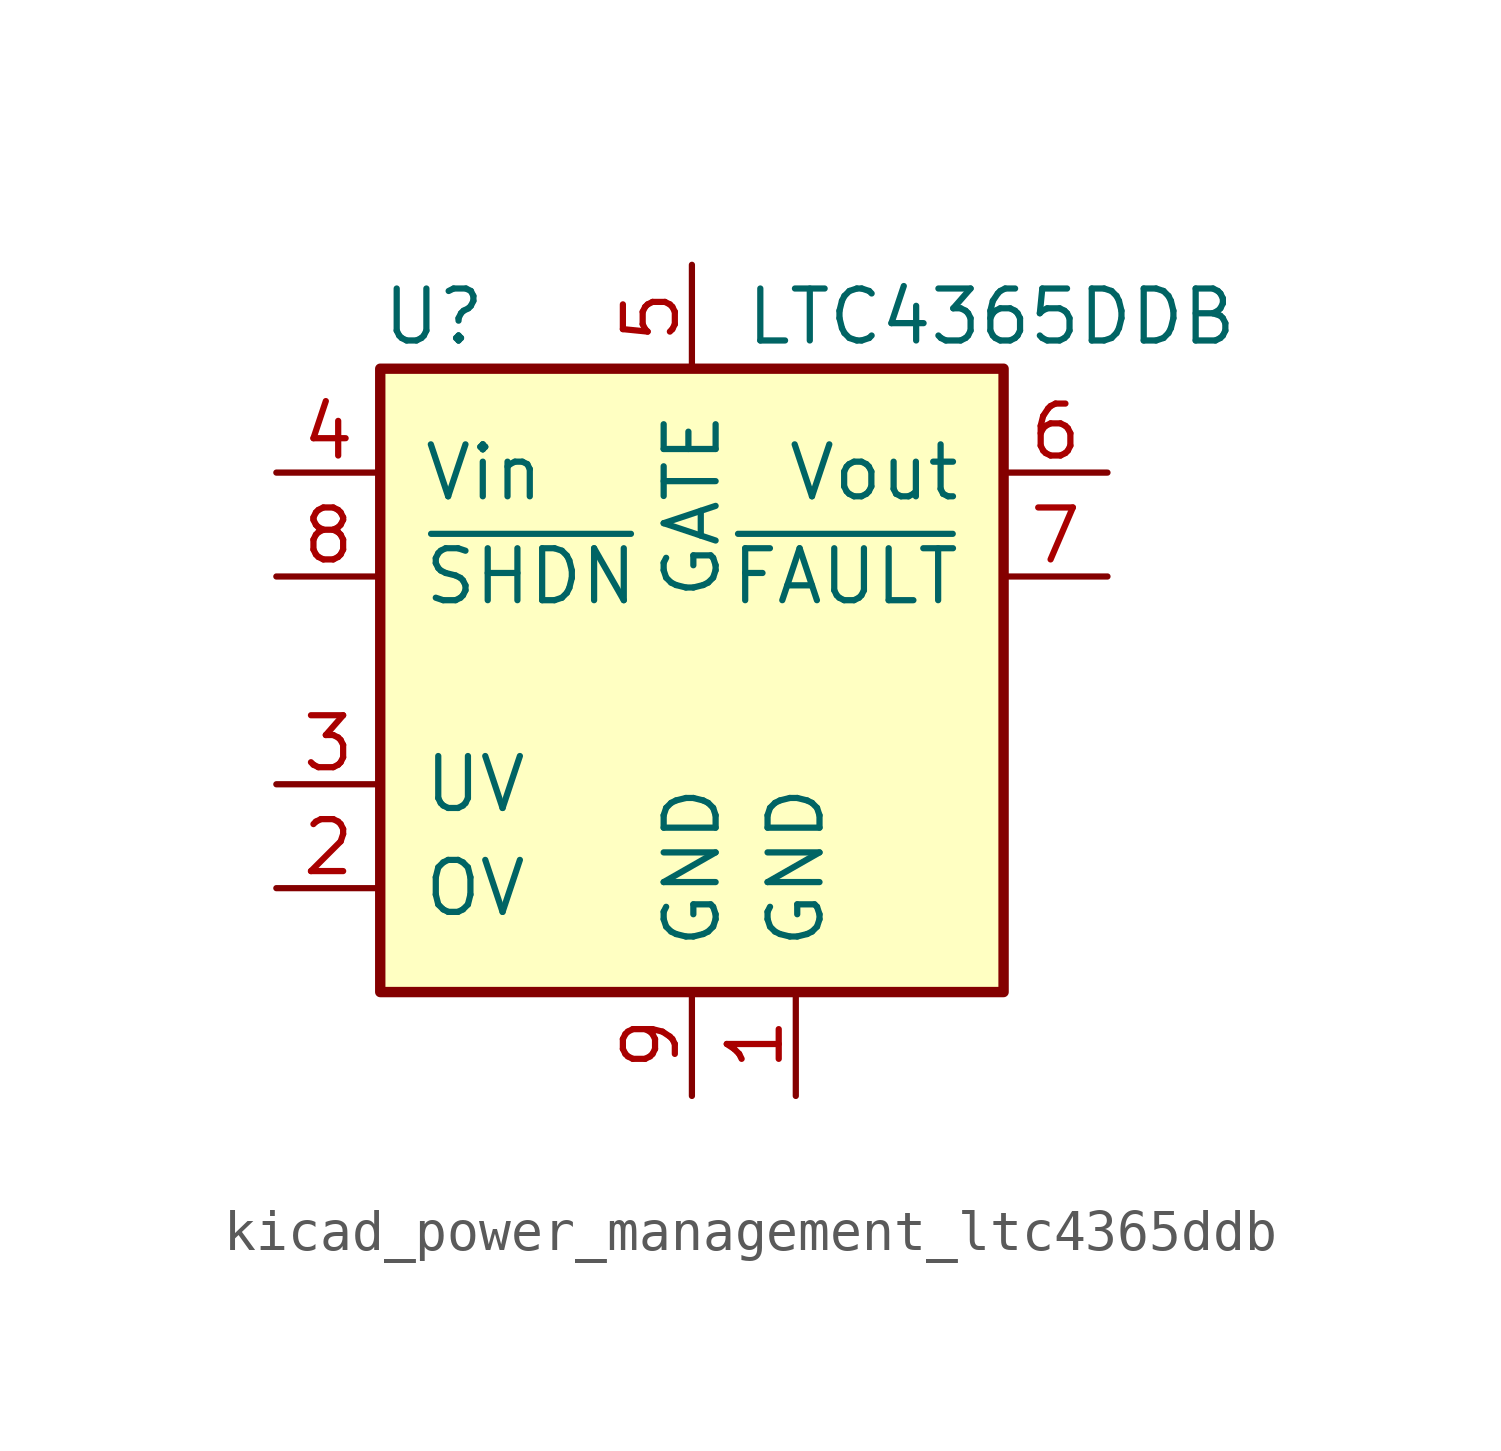
<source format=kicad_sym>
(kicad_symbol_lib
  (version 20220914)
  (generator kicad_symbol_editor)
  (symbol "kicad_power_management_ltc4365ddb"
    (pin_names
      (offset 1.016))
    (property "Reference" "U"
      (at -7.62 8.89 0)
      (effects (font (size 1.27 1.27)) (justify left)))
    (property "Value" "LTC4365DDB"
      (at 1.27 8.89 0)
      (effects (font (size 1.27 1.27)) (justify left)))
    (symbol "kicad_power_management_ltc4365ddb_0_1"
      (rectangle (start -7.62 7.62) (end 7.62 -7.62) (stroke (width 0.254) (type default)) (fill (type background))))
    (symbol "kicad_power_management_ltc4365ddb_1_1"
      (pin power_in line (at 2.54 -10.16 90) (length 2.54) (name "GND" (effects (font (size 1.27 1.27)))) (number "1" (effects (font (size 1.27 1.27)))))
      (pin input line (at -10.16 -5.08 0) (length 2.54) (name "OV" (effects (font (size 1.27 1.27)))) (number "2" (effects (font (size 1.27 1.27)))))
      (pin input line (at -10.16 -2.54 0) (length 2.54) (name "UV" (effects (font (size 1.27 1.27)))) (number "3" (effects (font (size 1.27 1.27)))))
      (pin power_in line (at -10.16 5.08 0) (length 2.54) (name "Vin" (effects (font (size 1.27 1.27)))) (number "4" (effects (font (size 1.27 1.27)))))
      (pin output line (at 0 10.16 270) (length 2.54) (name "GATE" (effects (font (size 1.27 1.27)))) (number "5" (effects (font (size 1.27 1.27)))))
      (pin input line (at 10.16 5.08 180) (length 2.54) (name "Vout" (effects (font (size 1.27 1.27)))) (number "6" (effects (font (size 1.27 1.27)))))
      (pin open_collector line (at 10.16 2.54 180) (length 2.54) (name "~{FAULT}" (effects (font (size 1.27 1.27)))) (number "7" (effects (font (size 1.27 1.27)))))
      (pin input line (at -10.16 2.54 0) (length 2.54) (name "~{SHDN}" (effects (font (size 1.27 1.27)))) (number "8" (effects (font (size 1.27 1.27)))))
      (pin power_in line (at 0 -10.16 90) (length 2.54) (name "GND" (effects (font (size 1.27 1.27)))) (number "9" (effects (font (size 1.27 1.27))))))))
</source>
